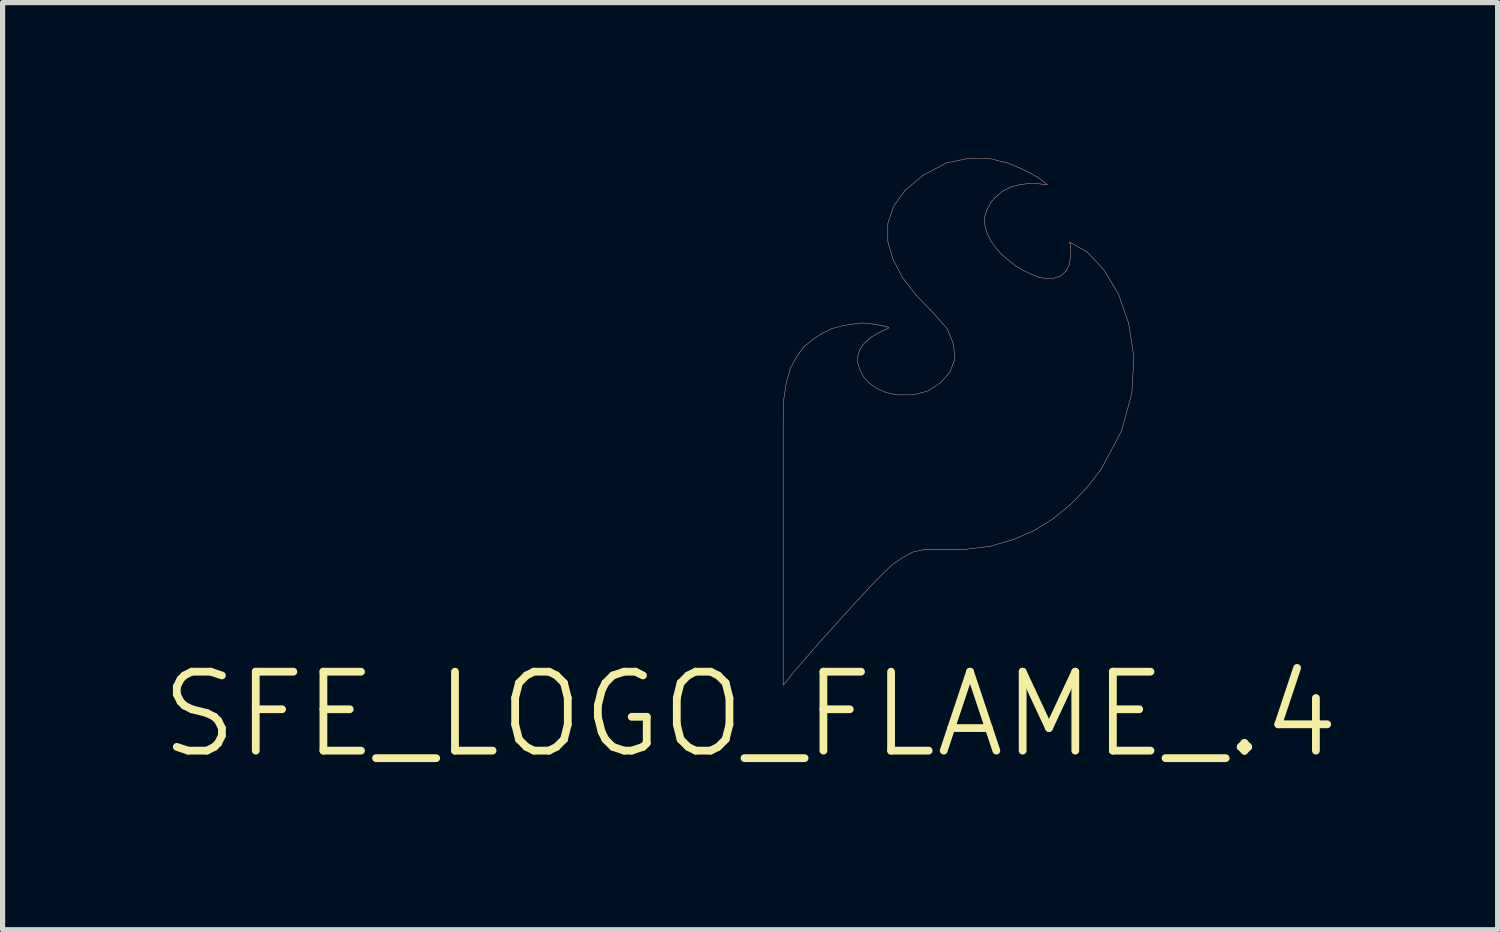
<source format=kicad_pcb>
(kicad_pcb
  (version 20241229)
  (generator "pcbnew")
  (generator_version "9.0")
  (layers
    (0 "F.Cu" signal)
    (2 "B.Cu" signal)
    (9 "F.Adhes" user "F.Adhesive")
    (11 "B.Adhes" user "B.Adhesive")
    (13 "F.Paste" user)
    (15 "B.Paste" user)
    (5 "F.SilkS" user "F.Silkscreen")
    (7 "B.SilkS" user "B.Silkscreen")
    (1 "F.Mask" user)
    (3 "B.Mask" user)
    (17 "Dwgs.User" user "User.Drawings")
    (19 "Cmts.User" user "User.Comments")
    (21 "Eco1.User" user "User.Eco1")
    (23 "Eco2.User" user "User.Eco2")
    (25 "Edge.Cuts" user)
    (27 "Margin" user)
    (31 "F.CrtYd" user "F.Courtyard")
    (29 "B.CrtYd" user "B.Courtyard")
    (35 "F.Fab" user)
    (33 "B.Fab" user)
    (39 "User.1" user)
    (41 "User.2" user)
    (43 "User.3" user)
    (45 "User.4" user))
  (footprint "SFE_LOGO_FLAME_.4"
    (layer "F.Cu")
    (at 11.43 10.743)
    (property "Reference" "SFE_LOGO_FLAME_.4" (at 0 0 0) (layer "F.SilkS") (effects (font (size 1.524 1.524) (thickness 0.15))))
    (attr exclude_from_pos_files exclude_from_bom)
    (fp_line (start 0.638 -5.7) (end 0.638 -0.569) (stroke (width 0.008) (type solid)) (layer "B.SilkS"))
    (fp_line (start 0.638 -0.569) (end 0.668 -0.599) (stroke (width 0.008) (type solid)) (layer "B.SilkS"))
    (fp_line (start 0.648 -6.078) (end 0.638 -5.7) (stroke (width 0.008) (type solid)) (layer "B.SilkS"))
    (fp_line (start 0.668 -0.599) (end 0.739 -0.688) (stroke (width 0.008) (type solid)) (layer "B.SilkS"))
    (fp_line (start 0.699 -6.408) (end 0.648 -6.078) (stroke (width 0.008) (type solid)) (layer "B.SilkS"))
    (fp_line (start 0.739 -0.688) (end 0.848 -0.828) (stroke (width 0.008) (type solid)) (layer "B.SilkS"))
    (fp_line (start 0.78 -6.688) (end 0.699 -6.408) (stroke (width 0.008) (type solid)) (layer "B.SilkS"))
    (fp_line (start 0.848 -0.828) (end 0.998 -0.998) (stroke (width 0.008) (type solid)) (layer "B.SilkS"))
    (fp_line (start 0.899 -6.909) (end 0.78 -6.688) (stroke (width 0.008) (type solid)) (layer "B.SilkS"))
    (fp_line (start 0.998 -0.998) (end 1.179 -1.209) (stroke (width 0.008) (type solid)) (layer "B.SilkS"))
    (fp_line (start 1.039 -7.099) (end 0.899 -6.909) (stroke (width 0.008) (type solid)) (layer "B.SilkS"))
    (fp_line (start 1.179 -1.209) (end 1.379 -1.438) (stroke (width 0.008) (type solid)) (layer "B.SilkS"))
    (fp_line (start 1.209 -7.239) (end 1.039 -7.099) (stroke (width 0.008) (type solid)) (layer "B.SilkS"))
    (fp_line (start 1.379 -1.438) (end 1.608 -1.689) (stroke (width 0.008) (type solid)) (layer "B.SilkS"))
    (fp_line (start 1.389 -7.358) (end 1.209 -7.239) (stroke (width 0.008) (type solid)) (layer "B.SilkS"))
    (fp_line (start 1.58 -7.45) (end 1.389 -7.358) (stroke (width 0.008) (type solid)) (layer "B.SilkS"))
    (fp_line (start 1.608 -1.689) (end 1.839 -1.948) (stroke (width 0.008) (type solid)) (layer "B.SilkS"))
    (fp_line (start 1.798 -7.508) (end 1.58 -7.45) (stroke (width 0.008) (type solid)) (layer "B.SilkS"))
    (fp_line (start 1.839 -1.948) (end 2.098 -2.228) (stroke (width 0.008) (type solid)) (layer "B.SilkS"))
    (fp_line (start 1.999 -7.539) (end 1.798 -7.508) (stroke (width 0.008) (type solid)) (layer "B.SilkS"))
    (fp_line (start 2.078 -6.919) (end 2.118 -7.038) (stroke (width 0.008) (type solid)) (layer "B.SilkS"))
    (fp_line (start 2.078 -6.789) (end 2.078 -6.919) (stroke (width 0.008) (type solid)) (layer "B.SilkS"))
    (fp_line (start 2.098 -2.228) (end 2.329 -2.479) (stroke (width 0.008) (type solid)) (layer "B.SilkS"))
    (fp_line (start 2.118 -7.038) (end 2.179 -7.14) (stroke (width 0.008) (type solid)) (layer "B.SilkS"))
    (fp_line (start 2.118 -6.66) (end 2.078 -6.789) (stroke (width 0.008) (type solid)) (layer "B.SilkS"))
    (fp_line (start 2.179 -7.14) (end 2.258 -7.219) (stroke (width 0.008) (type solid)) (layer "B.SilkS"))
    (fp_line (start 2.189 -7.559) (end 1.999 -7.539) (stroke (width 0.008) (type solid)) (layer "B.SilkS"))
    (fp_line (start 2.189 -6.518) (end 2.118 -6.66) (stroke (width 0.008) (type solid)) (layer "B.SilkS"))
    (fp_line (start 2.258 -7.219) (end 2.349 -7.29) (stroke (width 0.008) (type solid)) (layer "B.SilkS"))
    (fp_line (start 2.299 -6.398) (end 2.189 -6.518) (stroke (width 0.008) (type solid)) (layer "B.SilkS"))
    (fp_line (start 2.329 -2.479) (end 2.54 -2.697) (stroke (width 0.008) (type solid)) (layer "B.SilkS"))
    (fp_line (start 2.349 -7.29) (end 2.449 -7.348) (stroke (width 0.008) (type solid)) (layer "B.SilkS"))
    (fp_line (start 2.36 -7.539) (end 2.189 -7.559) (stroke (width 0.008) (type solid)) (layer "B.SilkS"))
    (fp_line (start 2.438 -6.299) (end 2.299 -6.398) (stroke (width 0.008) (type solid)) (layer "B.SilkS"))
    (fp_line (start 2.449 -7.348) (end 2.54 -7.399) (stroke (width 0.008) (type solid)) (layer "B.SilkS"))
    (fp_line (start 2.489 -7.518) (end 2.36 -7.539) (stroke (width 0.008) (type solid)) (layer "B.SilkS"))
    (fp_line (start 2.54 -7.399) (end 2.609 -7.429) (stroke (width 0.008) (type solid)) (layer "B.SilkS"))
    (fp_line (start 2.54 -2.697) (end 2.738 -2.888) (stroke (width 0.008) (type solid)) (layer "B.SilkS"))
    (fp_line (start 2.588 -7.498) (end 2.489 -7.518) (stroke (width 0.008) (type solid)) (layer "B.SilkS"))
    (fp_line (start 2.609 -7.429) (end 2.659 -7.45) (stroke (width 0.008) (type solid)) (layer "B.SilkS"))
    (fp_line (start 2.619 -6.218) (end 2.438 -6.299) (stroke (width 0.008) (type solid)) (layer "B.SilkS"))
    (fp_line (start 2.659 -9.479) (end 2.659 -9.129) (stroke (width 0.008) (type solid)) (layer "B.SilkS"))
    (fp_line (start 2.659 -9.129) (end 2.758 -8.788) (stroke (width 0.008) (type solid)) (layer "B.SilkS"))
    (fp_line (start 2.659 -7.478) (end 2.588 -7.498) (stroke (width 0.008) (type solid)) (layer "B.SilkS"))
    (fp_line (start 2.659 -7.45) (end 2.68 -7.468) (stroke (width 0.008) (type solid)) (layer "B.SilkS"))
    (fp_line (start 2.68 -7.468) (end 2.659 -7.478) (stroke (width 0.008) (type solid)) (layer "B.SilkS"))
    (fp_line (start 2.738 -2.888) (end 2.939 -3.028) (stroke (width 0.008) (type solid)) (layer "B.SilkS"))
    (fp_line (start 2.758 -8.788) (end 2.939 -8.438) (stroke (width 0.008) (type solid)) (layer "B.SilkS"))
    (fp_line (start 2.769 -9.809) (end 2.659 -9.479) (stroke (width 0.008) (type solid)) (layer "B.SilkS"))
    (fp_line (start 2.83 -6.17) (end 2.619 -6.218) (stroke (width 0.008) (type solid)) (layer "B.SilkS"))
    (fp_line (start 2.939 -8.438) (end 3.208 -8.09) (stroke (width 0.008) (type solid)) (layer "B.SilkS"))
    (fp_line (start 2.939 -3.028) (end 3.15 -3.139) (stroke (width 0.008) (type solid)) (layer "B.SilkS"))
    (fp_line (start 2.99 -10.119) (end 2.769 -9.809) (stroke (width 0.008) (type solid)) (layer "B.SilkS"))
    (fp_line (start 3.15 -6.17) (end 2.83 -6.17) (stroke (width 0.008) (type solid)) (layer "B.SilkS"))
    (fp_line (start 3.15 -3.139) (end 3.388 -3.188) (stroke (width 0.008) (type solid)) (layer "B.SilkS"))
    (fp_line (start 3.208 -8.09) (end 3.538 -7.75) (stroke (width 0.008) (type solid)) (layer "B.SilkS"))
    (fp_line (start 3.338 -10.409) (end 2.99 -10.119) (stroke (width 0.008) (type solid)) (layer "B.SilkS"))
    (fp_line (start 3.388 -3.188) (end 4.158 -3.188) (stroke (width 0.008) (type solid)) (layer "B.SilkS"))
    (fp_line (start 3.439 -6.248) (end 3.15 -6.17) (stroke (width 0.008) (type solid)) (layer "B.SilkS"))
    (fp_line (start 3.538 -7.75) (end 3.81 -7.44) (stroke (width 0.008) (type solid)) (layer "B.SilkS"))
    (fp_line (start 3.678 -6.408) (end 3.439 -6.248) (stroke (width 0.008) (type solid)) (layer "B.SilkS"))
    (fp_line (start 3.79 -10.648) (end 3.338 -10.409) (stroke (width 0.008) (type solid)) (layer "B.SilkS"))
    (fp_line (start 3.81 -7.44) (end 3.929 -7.14) (stroke (width 0.008) (type solid)) (layer "B.SilkS"))
    (fp_line (start 3.858 -6.609) (end 3.678 -6.408) (stroke (width 0.008) (type solid)) (layer "B.SilkS"))
    (fp_line (start 3.929 -7.14) (end 3.95 -6.858) (stroke (width 0.008) (type solid)) (layer "B.SilkS"))
    (fp_line (start 3.95 -6.858) (end 3.858 -6.609) (stroke (width 0.008) (type solid)) (layer "B.SilkS"))
    (fp_line (start 4.158 -3.188) (end 4.638 -3.249) (stroke (width 0.008) (type solid)) (layer "B.SilkS"))
    (fp_line (start 4.229 -10.739) (end 3.79 -10.648) (stroke (width 0.008) (type solid)) (layer "B.SilkS"))
    (fp_line (start 4.519 -9.528) (end 4.539 -9.649) (stroke (width 0.008) (type solid)) (layer "B.SilkS"))
    (fp_line (start 4.539 -9.649) (end 4.58 -9.759) (stroke (width 0.008) (type solid)) (layer "B.SilkS"))
    (fp_line (start 4.539 -9.408) (end 4.519 -9.528) (stroke (width 0.008) (type solid)) (layer "B.SilkS"))
    (fp_line (start 4.58 -9.759) (end 4.638 -9.868) (stroke (width 0.008) (type solid)) (layer "B.SilkS"))
    (fp_line (start 4.58 -9.279) (end 4.539 -9.408) (stroke (width 0.008) (type solid)) (layer "B.SilkS"))
    (fp_line (start 4.638 -10.729) (end 4.229 -10.739) (stroke (width 0.008) (type solid)) (layer "B.SilkS"))
    (fp_line (start 4.638 -9.868) (end 4.719 -9.97) (stroke (width 0.008) (type solid)) (layer "B.SilkS"))
    (fp_line (start 4.638 -3.249) (end 5.08 -3.378) (stroke (width 0.008) (type solid)) (layer "B.SilkS"))
    (fp_line (start 4.648 -9.139) (end 4.58 -9.279) (stroke (width 0.008) (type solid)) (layer "B.SilkS"))
    (fp_line (start 4.719 -9.97) (end 4.869 -10.099) (stroke (width 0.008) (type solid)) (layer "B.SilkS"))
    (fp_line (start 4.75 -8.999) (end 4.648 -9.139) (stroke (width 0.008) (type solid)) (layer "B.SilkS"))
    (fp_line (start 4.859 -8.88) (end 4.75 -8.999) (stroke (width 0.008) (type solid)) (layer "B.SilkS"))
    (fp_line (start 4.869 -10.099) (end 5.039 -10.188) (stroke (width 0.008) (type solid)) (layer "B.SilkS"))
    (fp_line (start 4.989 -8.768) (end 4.859 -8.88) (stroke (width 0.008) (type solid)) (layer "B.SilkS"))
    (fp_line (start 4.999 -10.638) (end 4.638 -10.729) (stroke (width 0.008) (type solid)) (layer "B.SilkS"))
    (fp_line (start 5.039 -10.188) (end 5.21 -10.229) (stroke (width 0.008) (type solid)) (layer "B.SilkS"))
    (fp_line (start 5.08 -3.378) (end 5.479 -3.548) (stroke (width 0.008) (type solid)) (layer "B.SilkS"))
    (fp_line (start 5.128 -8.659) (end 4.989 -8.768) (stroke (width 0.008) (type solid)) (layer "B.SilkS"))
    (fp_line (start 5.21 -10.229) (end 5.37 -10.249) (stroke (width 0.008) (type solid)) (layer "B.SilkS"))
    (fp_line (start 5.278 -8.57) (end 5.128 -8.659) (stroke (width 0.008) (type solid)) (layer "B.SilkS"))
    (fp_line (start 5.298 -10.508) (end 4.999 -10.638) (stroke (width 0.008) (type solid)) (layer "B.SilkS"))
    (fp_line (start 5.37 -10.249) (end 5.519 -10.249) (stroke (width 0.008) (type solid)) (layer "B.SilkS"))
    (fp_line (start 5.428 -8.499) (end 5.278 -8.57) (stroke (width 0.008) (type solid)) (layer "B.SilkS"))
    (fp_line (start 5.479 -3.548) (end 5.85 -3.78) (stroke (width 0.008) (type solid)) (layer "B.SilkS"))
    (fp_line (start 5.519 -10.249) (end 5.629 -10.239) (stroke (width 0.008) (type solid)) (layer "B.SilkS"))
    (fp_line (start 5.54 -10.378) (end 5.298 -10.508) (stroke (width 0.008) (type solid)) (layer "B.SilkS"))
    (fp_line (start 5.578 -8.438) (end 5.428 -8.499) (stroke (width 0.008) (type solid)) (layer "B.SilkS"))
    (fp_line (start 5.629 -10.239) (end 5.71 -10.229) (stroke (width 0.008) (type solid)) (layer "B.SilkS"))
    (fp_line (start 5.69 -10.269) (end 5.54 -10.378) (stroke (width 0.008) (type solid)) (layer "B.SilkS"))
    (fp_line (start 5.71 -10.229) (end 5.738 -10.229) (stroke (width 0.008) (type solid)) (layer "B.SilkS"))
    (fp_line (start 5.718 -8.418) (end 5.578 -8.438) (stroke (width 0.008) (type solid)) (layer "B.SilkS"))
    (fp_line (start 5.738 -10.229) (end 5.69 -10.269) (stroke (width 0.008) (type solid)) (layer "B.SilkS"))
    (fp_line (start 5.85 -8.418) (end 5.718 -8.418) (stroke (width 0.008) (type solid)) (layer "B.SilkS"))
    (fp_line (start 5.85 -3.78) (end 6.19 -4.059) (stroke (width 0.008) (type solid)) (layer "B.SilkS"))
    (fp_line (start 5.999 -8.468) (end 5.85 -8.418) (stroke (width 0.008) (type solid)) (layer "B.SilkS"))
    (fp_line (start 6.099 -8.56) (end 5.999 -8.468) (stroke (width 0.008) (type solid)) (layer "B.SilkS"))
    (fp_line (start 6.16 -8.679) (end 6.099 -8.56) (stroke (width 0.008) (type solid)) (layer "B.SilkS"))
    (fp_line (start 6.17 -9.119) (end 6.17 -9.108) (stroke (width 0.008) (type solid)) (layer "B.SilkS"))
    (fp_line (start 6.17 -9.108) (end 6.18 -9.088) (stroke (width 0.008) (type solid)) (layer "B.SilkS"))
    (fp_line (start 6.18 -9.088) (end 6.19 -9.02) (stroke (width 0.008) (type solid)) (layer "B.SilkS"))
    (fp_line (start 6.18 -8.799) (end 6.16 -8.679) (stroke (width 0.008) (type solid)) (layer "B.SilkS"))
    (fp_line (start 6.19 -9.02) (end 6.19 -8.918) (stroke (width 0.008) (type solid)) (layer "B.SilkS"))
    (fp_line (start 6.19 -8.918) (end 6.18 -8.799) (stroke (width 0.008) (type solid)) (layer "B.SilkS"))
    (fp_line (start 6.19 -4.059) (end 6.5 -4.379) (stroke (width 0.008) (type solid)) (layer "B.SilkS"))
    (fp_line (start 6.5 -4.379) (end 6.779 -4.74) (stroke (width 0.008) (type solid)) (layer "B.SilkS"))
    (fp_line (start 6.507 -8.928) (end 6.17 -9.119) (stroke (width 0.008) (type solid)) (layer "B.SilkS"))
    (fp_line (start 6.779 -4.74) (end 7.168 -5.469) (stroke (width 0.008) (type solid)) (layer "B.SilkS"))
    (fp_line (start 6.828 -8.588) (end 6.507 -8.928) (stroke (width 0.008) (type solid)) (layer "B.SilkS"))
    (fp_line (start 7.109 -8.118) (end 6.828 -8.588) (stroke (width 0.008) (type solid)) (layer "B.SilkS"))
    (fp_line (start 7.168 -5.469) (end 7.369 -6.198) (stroke (width 0.008) (type solid)) (layer "B.SilkS"))
    (fp_line (start 7.308 -7.549) (end 7.109 -8.118) (stroke (width 0.008) (type solid)) (layer "B.SilkS"))
    (fp_line (start 7.369 -6.198) (end 7.409 -6.899) (stroke (width 0.008) (type solid)) (layer "B.SilkS"))
    (fp_line (start 7.409 -6.899) (end 7.308 -7.549) (stroke (width 0.008) (type solid)) (layer "B.SilkS")))
  (gr_rect
    (start -3 -3)
    (end 25.86 14.898)
    (stroke (width 0.1) (type default))
    (fill no)
    (layer "Edge.Cuts")))
</source>
